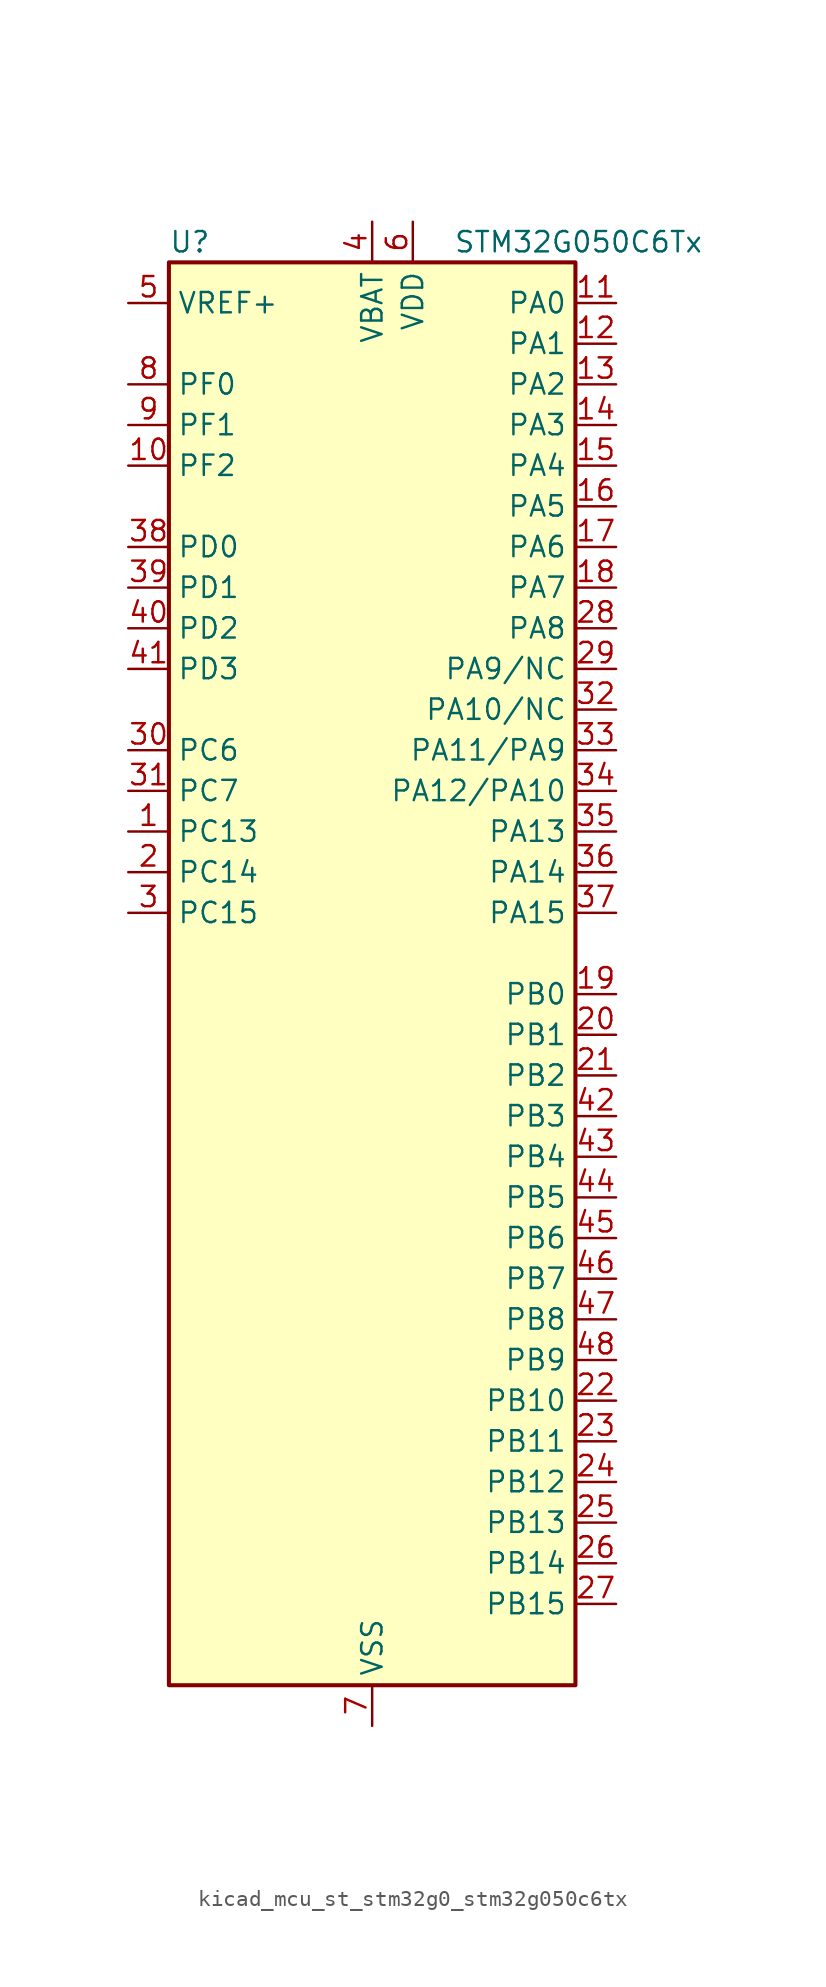
<source format=kicad_sym>
(kicad_symbol_lib
  (version 20220914)
  (generator kicad_symbol_editor)
  (symbol "kicad_mcu_st_stm32g0_stm32g050c6tx"
    (property "Reference" "U"
      (at -12.7 46.99 0)
      (effects (font (size 1.27 1.27)) (justify left)))
    (property "Value" "STM32G050C6Tx"
      (at 5.08 46.99 0)
      (effects (font (size 1.27 1.27)) (justify left)))
    (property "ki_locked" ""
      (at 0 0 0)
      (effects (font (size 1.27 1.27))))
    (symbol "kicad_mcu_st_stm32g0_stm32g050c6tx_0_1"
      (rectangle (start -12.7 -43.18) (end 12.7 45.72) (stroke (width 0.254) (type default)) (fill (type background))))
    (symbol "kicad_mcu_st_stm32g0_stm32g050c6tx_1_1"
      (pin bidirectional line (at -15.24 10.16 0) (length 2.54) (name "PC13" (effects (font (size 1.27 1.27)))) (number "1" (effects (font (size 1.27 1.27)))) (alternate "RTC_OUT1" bidirectional line) (alternate "RTC_TAMP_IN1" bidirectional line) (alternate "RTC_TS" bidirectional line) (alternate "SYS_WKUP2" bidirectional line) (alternate "TIM1_BK" bidirectional line))
      (pin bidirectional line (at -15.24 33.02 0) (length 2.54) (name "PF2" (effects (font (size 1.27 1.27)))) (number "10" (effects (font (size 1.27 1.27)))) (alternate "RCC_MCO" bidirectional line))
      (pin bidirectional line (at 15.24 43.18 180) (length 2.54) (name "PA0" (effects (font (size 1.27 1.27)))) (number "11" (effects (font (size 1.27 1.27)))) (alternate "ADC1_IN0" bidirectional line) (alternate "RTC_TAMP_IN2" bidirectional line) (alternate "SPI2_SCK" bidirectional line) (alternate "SYS_WKUP1" bidirectional line) (alternate "USART2_CTS" bidirectional line) (alternate "USART2_NSS" bidirectional line))
      (pin bidirectional line (at 15.24 40.64 180) (length 2.54) (name "PA1" (effects (font (size 1.27 1.27)))) (number "12" (effects (font (size 1.27 1.27)))) (alternate "ADC1_IN1" bidirectional line) (alternate "I2C1_SMBA" bidirectional line) (alternate "I2S1_CK" bidirectional line) (alternate "SPI1_SCK" bidirectional line) (alternate "TIM15_CH1N" bidirectional line) (alternate "USART2_CK" bidirectional line) (alternate "USART2_DE" bidirectional line) (alternate "USART2_RTS" bidirectional line))
      (pin bidirectional line (at 15.24 38.1 180) (length 2.54) (name "PA2" (effects (font (size 1.27 1.27)))) (number "13" (effects (font (size 1.27 1.27)))) (alternate "ADC1_IN2" bidirectional line) (alternate "I2S1_SD" bidirectional line) (alternate "RCC_LSCO" bidirectional line) (alternate "SPI1_MOSI" bidirectional line) (alternate "SYS_WKUP4" bidirectional line) (alternate "TIM15_CH1" bidirectional line) (alternate "USART2_TX" bidirectional line))
      (pin bidirectional line (at 15.24 35.56 180) (length 2.54) (name "PA3" (effects (font (size 1.27 1.27)))) (number "14" (effects (font (size 1.27 1.27)))) (alternate "ADC1_IN3" bidirectional line) (alternate "SPI2_MISO" bidirectional line) (alternate "TIM15_CH2" bidirectional line) (alternate "USART2_RX" bidirectional line))
      (pin bidirectional line (at 15.24 33.02 180) (length 2.54) (name "PA4" (effects (font (size 1.27 1.27)))) (number "15" (effects (font (size 1.27 1.27)))) (alternate "ADC1_IN4" bidirectional line) (alternate "I2S1_WS" bidirectional line) (alternate "RTC_OUT2" bidirectional line) (alternate "SPI1_NSS" bidirectional line) (alternate "SPI2_MOSI" bidirectional line) (alternate "TIM14_CH1" bidirectional line))
      (pin bidirectional line (at 15.24 30.48 180) (length 2.54) (name "PA5" (effects (font (size 1.27 1.27)))) (number "16" (effects (font (size 1.27 1.27)))) (alternate "ADC1_IN5" bidirectional line) (alternate "I2S1_CK" bidirectional line) (alternate "SPI1_SCK" bidirectional line))
      (pin bidirectional line (at 15.24 27.94 180) (length 2.54) (name "PA6" (effects (font (size 1.27 1.27)))) (number "17" (effects (font (size 1.27 1.27)))) (alternate "ADC1_IN6" bidirectional line) (alternate "I2S1_MCK" bidirectional line) (alternate "SPI1_MISO" bidirectional line) (alternate "TIM16_CH1" bidirectional line) (alternate "TIM1_BK" bidirectional line) (alternate "TIM3_CH1" bidirectional line))
      (pin bidirectional line (at 15.24 25.4 180) (length 2.54) (name "PA7" (effects (font (size 1.27 1.27)))) (number "18" (effects (font (size 1.27 1.27)))) (alternate "ADC1_IN7" bidirectional line) (alternate "I2S1_SD" bidirectional line) (alternate "SPI1_MOSI" bidirectional line) (alternate "TIM14_CH1" bidirectional line) (alternate "TIM17_CH1" bidirectional line) (alternate "TIM1_CH1N" bidirectional line) (alternate "TIM3_CH2" bidirectional line))
      (pin bidirectional line (at 15.24 0 180) (length 2.54) (name "PB0" (effects (font (size 1.27 1.27)))) (number "19" (effects (font (size 1.27 1.27)))) (alternate "ADC1_IN8" bidirectional line) (alternate "I2S1_WS" bidirectional line) (alternate "SPI1_NSS" bidirectional line) (alternate "TIM1_CH2N" bidirectional line) (alternate "TIM3_CH3" bidirectional line))
      (pin bidirectional line (at -15.24 7.62 0) (length 2.54) (name "PC14" (effects (font (size 1.27 1.27)))) (number "2" (effects (font (size 1.27 1.27)))) (alternate "RCC_OSC32_IN" bidirectional line) (alternate "TIM1_BK2" bidirectional line))
      (pin bidirectional line (at 15.24 -2.54 180) (length 2.54) (name "PB1" (effects (font (size 1.27 1.27)))) (number "20" (effects (font (size 1.27 1.27)))) (alternate "ADC1_IN9" bidirectional line) (alternate "TIM14_CH1" bidirectional line) (alternate "TIM1_CH3N" bidirectional line) (alternate "TIM3_CH4" bidirectional line))
      (pin bidirectional line (at 15.24 -5.08 180) (length 2.54) (name "PB2" (effects (font (size 1.27 1.27)))) (number "21" (effects (font (size 1.27 1.27)))) (alternate "ADC1_IN10" bidirectional line) (alternate "SPI2_MISO" bidirectional line))
      (pin bidirectional line (at 15.24 -25.4 180) (length 2.54) (name "PB10" (effects (font (size 1.27 1.27)))) (number "22" (effects (font (size 1.27 1.27)))) (alternate "ADC1_IN11" bidirectional line) (alternate "I2C2_SCL" bidirectional line) (alternate "SPI2_SCK" bidirectional line))
      (pin bidirectional line (at 15.24 -27.94 180) (length 2.54) (name "PB11" (effects (font (size 1.27 1.27)))) (number "23" (effects (font (size 1.27 1.27)))) (alternate "ADC1_EXTI11" bidirectional line) (alternate "ADC1_IN15" bidirectional line) (alternate "I2C2_SDA" bidirectional line) (alternate "SPI2_MOSI" bidirectional line))
      (pin bidirectional line (at 15.24 -30.48 180) (length 2.54) (name "PB12" (effects (font (size 1.27 1.27)))) (number "24" (effects (font (size 1.27 1.27)))) (alternate "ADC1_IN16" bidirectional line) (alternate "SPI2_NSS" bidirectional line) (alternate "TIM15_BK" bidirectional line) (alternate "TIM1_BK" bidirectional line))
      (pin bidirectional line (at 15.24 -33.02 180) (length 2.54) (name "PB13" (effects (font (size 1.27 1.27)))) (number "25" (effects (font (size 1.27 1.27)))) (alternate "I2C2_SCL" bidirectional line) (alternate "SPI2_SCK" bidirectional line) (alternate "TIM15_CH1N" bidirectional line) (alternate "TIM1_CH1N" bidirectional line))
      (pin bidirectional line (at 15.24 -35.56 180) (length 2.54) (name "PB14" (effects (font (size 1.27 1.27)))) (number "26" (effects (font (size 1.27 1.27)))) (alternate "I2C2_SDA" bidirectional line) (alternate "SPI2_MISO" bidirectional line) (alternate "TIM15_CH1" bidirectional line) (alternate "TIM1_CH2N" bidirectional line))
      (pin bidirectional line (at 15.24 -38.1 180) (length 2.54) (name "PB15" (effects (font (size 1.27 1.27)))) (number "27" (effects (font (size 1.27 1.27)))) (alternate "RTC_REFIN" bidirectional line) (alternate "SPI2_MOSI" bidirectional line) (alternate "TIM15_CH1N" bidirectional line) (alternate "TIM15_CH2" bidirectional line) (alternate "TIM1_CH3N" bidirectional line))
      (pin bidirectional line (at 15.24 22.86 180) (length 2.54) (name "PA8" (effects (font (size 1.27 1.27)))) (number "28" (effects (font (size 1.27 1.27)))) (alternate "RCC_MCO" bidirectional line) (alternate "SPI2_NSS" bidirectional line) (alternate "TIM1_CH1" bidirectional line))
      (pin bidirectional line (at 15.24 20.32 180) (length 2.54) (name "PA9/NC" (effects (font (size 1.27 1.27)))) (number "29" (effects (font (size 1.27 1.27)))) (alternate "I2C1_SCL" bidirectional line) (alternate "RCC_MCO" bidirectional line) (alternate "SPI2_MISO" bidirectional line) (alternate "TIM15_BK" bidirectional line) (alternate "TIM1_CH2" bidirectional line) (alternate "USART1_TX" bidirectional line))
      (pin bidirectional line (at -15.24 5.08 0) (length 2.54) (name "PC15" (effects (font (size 1.27 1.27)))) (number "3" (effects (font (size 1.27 1.27)))) (alternate "RCC_OSC32_EN" bidirectional line) (alternate "RCC_OSC32_OUT" bidirectional line) (alternate "RCC_OSC_EN" bidirectional line) (alternate "TIM15_BK" bidirectional line))
      (pin bidirectional line (at -15.24 15.24 0) (length 2.54) (name "PC6" (effects (font (size 1.27 1.27)))) (number "30" (effects (font (size 1.27 1.27)))) (alternate "TIM3_CH1" bidirectional line))
      (pin bidirectional line (at -15.24 12.7 0) (length 2.54) (name "PC7" (effects (font (size 1.27 1.27)))) (number "31" (effects (font (size 1.27 1.27)))) (alternate "TIM3_CH2" bidirectional line))
      (pin bidirectional line (at 15.24 17.78 180) (length 2.54) (name "PA10/NC" (effects (font (size 1.27 1.27)))) (number "32" (effects (font (size 1.27 1.27)))) (alternate "I2C1_SDA" bidirectional line) (alternate "SPI2_MOSI" bidirectional line) (alternate "TIM17_BK" bidirectional line) (alternate "TIM1_CH3" bidirectional line) (alternate "USART1_RX" bidirectional line))
      (pin bidirectional line (at 15.24 15.24 180) (length 2.54) (name "PA11/PA9" (effects (font (size 1.27 1.27)))) (number "33" (effects (font (size 1.27 1.27)))) (alternate "ADC1_EXTI11" bidirectional line) (alternate "I2C2_SCL" bidirectional line) (alternate "I2S1_MCK" bidirectional line) (alternate "SPI1_MISO" bidirectional line) (alternate "TIM1_BK2" bidirectional line) (alternate "TIM1_CH4" bidirectional line) (alternate "USART1_CTS" bidirectional line) (alternate "USART1_NSS" bidirectional line))
      (pin bidirectional line (at 15.24 12.7 180) (length 2.54) (name "PA12/PA10" (effects (font (size 1.27 1.27)))) (number "34" (effects (font (size 1.27 1.27)))) (alternate "I2C2_SDA" bidirectional line) (alternate "I2S1_SD" bidirectional line) (alternate "I2S_CKIN" bidirectional line) (alternate "SPI1_MOSI" bidirectional line) (alternate "TIM1_ETR" bidirectional line) (alternate "USART1_CK" bidirectional line) (alternate "USART1_DE" bidirectional line) (alternate "USART1_RTS" bidirectional line))
      (pin bidirectional line (at 15.24 10.16 180) (length 2.54) (name "PA13" (effects (font (size 1.27 1.27)))) (number "35" (effects (font (size 1.27 1.27)))) (alternate "ADC1_IN17" bidirectional line) (alternate "IR_OUT" bidirectional line) (alternate "SYS_SWDIO" bidirectional line))
      (pin bidirectional line (at 15.24 7.62 180) (length 2.54) (name "PA14" (effects (font (size 1.27 1.27)))) (number "36" (effects (font (size 1.27 1.27)))) (alternate "ADC1_IN18" bidirectional line) (alternate "SYS_SWCLK" bidirectional line) (alternate "USART2_TX" bidirectional line))
      (pin bidirectional line (at 15.24 5.08 180) (length 2.54) (name "PA15" (effects (font (size 1.27 1.27)))) (number "37" (effects (font (size 1.27 1.27)))) (alternate "I2S1_WS" bidirectional line) (alternate "SPI1_NSS" bidirectional line) (alternate "USART2_RX" bidirectional line))
      (pin bidirectional line (at -15.24 27.94 0) (length 2.54) (name "PD0" (effects (font (size 1.27 1.27)))) (number "38" (effects (font (size 1.27 1.27)))) (alternate "SPI2_NSS" bidirectional line) (alternate "TIM16_CH1" bidirectional line))
      (pin bidirectional line (at -15.24 25.4 0) (length 2.54) (name "PD1" (effects (font (size 1.27 1.27)))) (number "39" (effects (font (size 1.27 1.27)))) (alternate "SPI2_SCK" bidirectional line) (alternate "TIM17_CH1" bidirectional line))
      (pin power_in line (at 0 48.26 270) (length 2.54) (name "VBAT" (effects (font (size 1.27 1.27)))) (number "4" (effects (font (size 1.27 1.27)))))
      (pin bidirectional line (at -15.24 22.86 0) (length 2.54) (name "PD2" (effects (font (size 1.27 1.27)))) (number "40" (effects (font (size 1.27 1.27)))) (alternate "TIM1_CH1N" bidirectional line) (alternate "TIM3_ETR" bidirectional line))
      (pin bidirectional line (at -15.24 20.32 0) (length 2.54) (name "PD3" (effects (font (size 1.27 1.27)))) (number "41" (effects (font (size 1.27 1.27)))) (alternate "SPI2_MISO" bidirectional line) (alternate "TIM1_CH2N" bidirectional line) (alternate "USART2_CTS" bidirectional line) (alternate "USART2_NSS" bidirectional line))
      (pin bidirectional line (at 15.24 -7.62 180) (length 2.54) (name "PB3" (effects (font (size 1.27 1.27)))) (number "42" (effects (font (size 1.27 1.27)))) (alternate "I2S1_CK" bidirectional line) (alternate "SPI1_SCK" bidirectional line) (alternate "TIM1_CH2" bidirectional line) (alternate "USART1_CK" bidirectional line) (alternate "USART1_DE" bidirectional line) (alternate "USART1_RTS" bidirectional line))
      (pin bidirectional line (at 15.24 -10.16 180) (length 2.54) (name "PB4" (effects (font (size 1.27 1.27)))) (number "43" (effects (font (size 1.27 1.27)))) (alternate "I2S1_MCK" bidirectional line) (alternate "SPI1_MISO" bidirectional line) (alternate "TIM17_BK" bidirectional line) (alternate "TIM3_CH1" bidirectional line) (alternate "USART1_CTS" bidirectional line) (alternate "USART1_NSS" bidirectional line))
      (pin bidirectional line (at 15.24 -12.7 180) (length 2.54) (name "PB5" (effects (font (size 1.27 1.27)))) (number "44" (effects (font (size 1.27 1.27)))) (alternate "I2C1_SMBA" bidirectional line) (alternate "I2S1_SD" bidirectional line) (alternate "SPI1_MOSI" bidirectional line) (alternate "SYS_WKUP6" bidirectional line) (alternate "TIM16_BK" bidirectional line) (alternate "TIM3_CH2" bidirectional line))
      (pin bidirectional line (at 15.24 -15.24 180) (length 2.54) (name "PB6" (effects (font (size 1.27 1.27)))) (number "45" (effects (font (size 1.27 1.27)))) (alternate "I2C1_SCL" bidirectional line) (alternate "SPI2_MISO" bidirectional line) (alternate "TIM16_CH1N" bidirectional line) (alternate "TIM1_CH3" bidirectional line) (alternate "USART1_TX" bidirectional line))
      (pin bidirectional line (at 15.24 -17.78 180) (length 2.54) (name "PB7" (effects (font (size 1.27 1.27)))) (number "46" (effects (font (size 1.27 1.27)))) (alternate "I2C1_SDA" bidirectional line) (alternate "SPI2_MOSI" bidirectional line) (alternate "SYS_PVD_IN" bidirectional line) (alternate "TIM17_CH1N" bidirectional line) (alternate "USART1_RX" bidirectional line))
      (pin bidirectional line (at 15.24 -20.32 180) (length 2.54) (name "PB8" (effects (font (size 1.27 1.27)))) (number "47" (effects (font (size 1.27 1.27)))) (alternate "I2C1_SCL" bidirectional line) (alternate "SPI2_SCK" bidirectional line) (alternate "TIM15_BK" bidirectional line) (alternate "TIM16_CH1" bidirectional line))
      (pin bidirectional line (at 15.24 -22.86 180) (length 2.54) (name "PB9" (effects (font (size 1.27 1.27)))) (number "48" (effects (font (size 1.27 1.27)))) (alternate "I2C1_SDA" bidirectional line) (alternate "IR_OUT" bidirectional line) (alternate "SPI2_NSS" bidirectional line) (alternate "TIM17_CH1" bidirectional line))
      (pin input line (at -15.24 43.18 0) (length 2.54) (name "VREF+" (effects (font (size 1.27 1.27)))) (number "5" (effects (font (size 1.27 1.27)))) (alternate "VREFBUF_OUT" bidirectional line))
      (pin power_in line (at 2.54 48.26 270) (length 2.54) (name "VDD" (effects (font (size 1.27 1.27)))) (number "6" (effects (font (size 1.27 1.27)))))
      (pin power_in line (at 0 -45.72 90) (length 2.54) (name "VSS" (effects (font (size 1.27 1.27)))) (number "7" (effects (font (size 1.27 1.27)))))
      (pin bidirectional line (at -15.24 38.1 0) (length 2.54) (name "PF0" (effects (font (size 1.27 1.27)))) (number "8" (effects (font (size 1.27 1.27)))) (alternate "RCC_OSC_IN" bidirectional line) (alternate "TIM14_CH1" bidirectional line))
      (pin bidirectional line (at -15.24 35.56 0) (length 2.54) (name "PF1" (effects (font (size 1.27 1.27)))) (number "9" (effects (font (size 1.27 1.27)))) (alternate "RCC_OSC_EN" bidirectional line) (alternate "RCC_OSC_OUT" bidirectional line) (alternate "TIM15_CH1N" bidirectional line)))))
</source>
